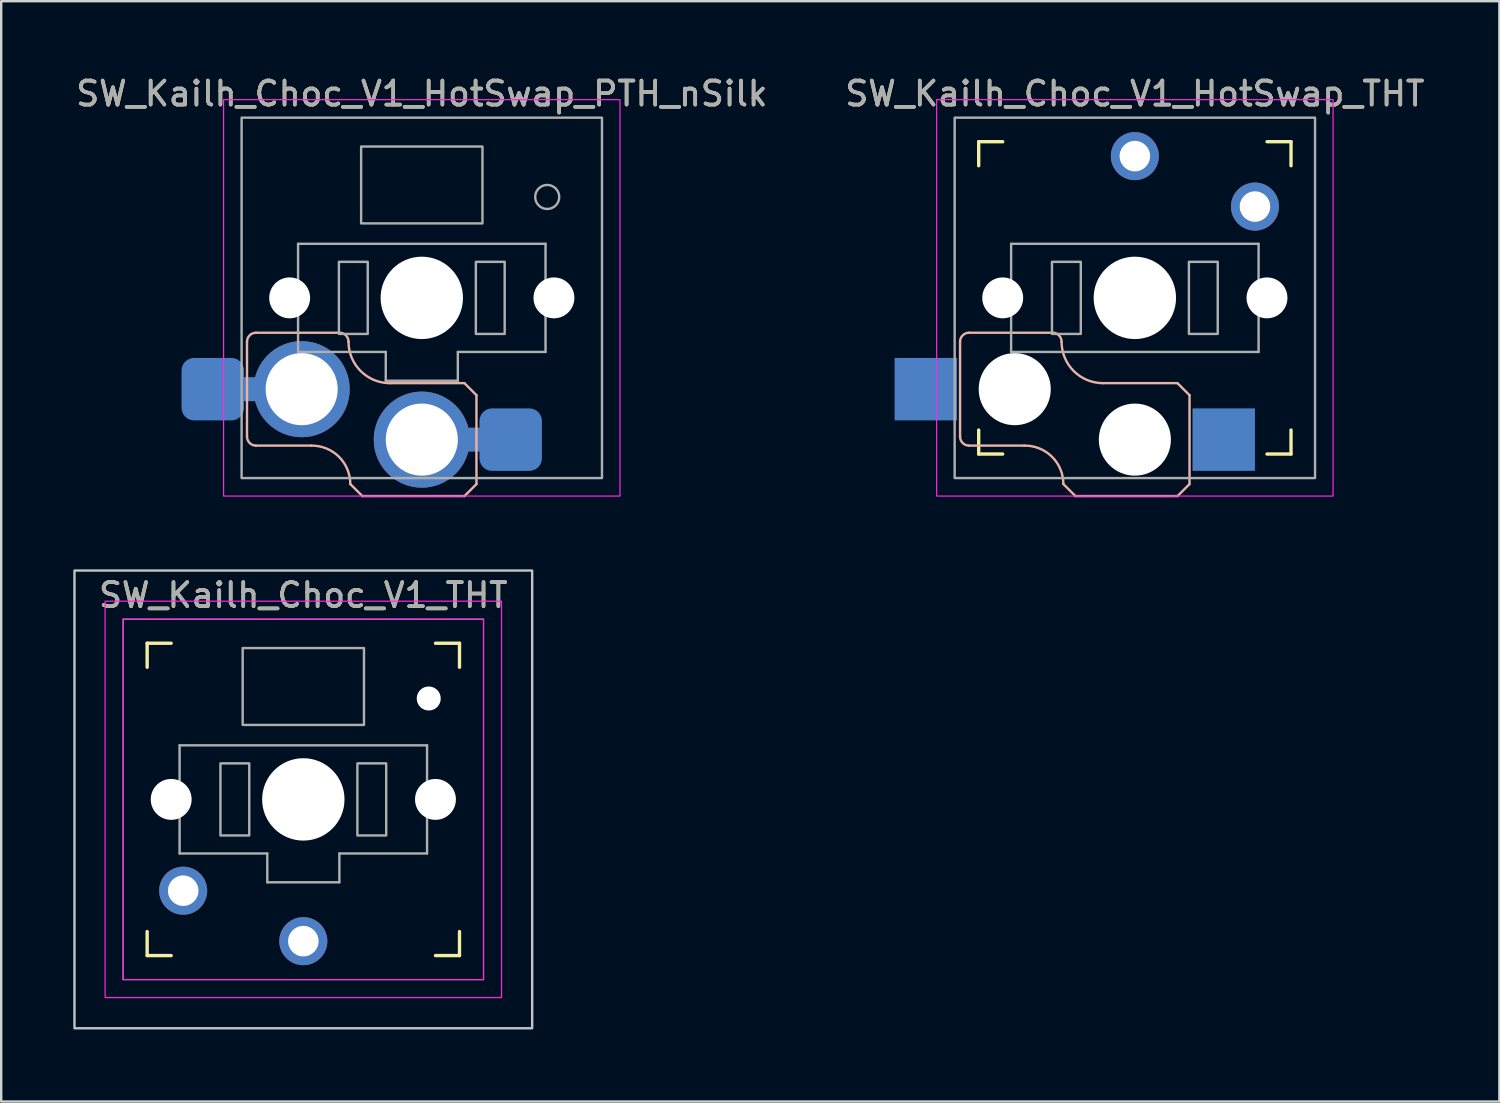
<source format=kicad_pcb>
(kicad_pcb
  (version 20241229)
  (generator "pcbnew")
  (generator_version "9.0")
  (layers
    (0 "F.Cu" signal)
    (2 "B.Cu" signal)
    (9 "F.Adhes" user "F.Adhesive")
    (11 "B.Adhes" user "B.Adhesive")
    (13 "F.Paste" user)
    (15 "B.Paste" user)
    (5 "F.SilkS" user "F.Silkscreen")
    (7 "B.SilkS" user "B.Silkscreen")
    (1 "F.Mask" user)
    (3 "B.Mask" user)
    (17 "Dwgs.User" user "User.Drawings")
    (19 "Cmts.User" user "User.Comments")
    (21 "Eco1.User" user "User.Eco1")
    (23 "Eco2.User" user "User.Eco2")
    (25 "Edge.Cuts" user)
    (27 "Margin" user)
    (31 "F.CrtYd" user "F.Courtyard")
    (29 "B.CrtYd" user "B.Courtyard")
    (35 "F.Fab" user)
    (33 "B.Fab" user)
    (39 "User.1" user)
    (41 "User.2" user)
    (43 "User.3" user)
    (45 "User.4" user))
  (footprint "SW_Kailh_Choc_V1_HotSwap_THT"
    (layer "F.Cu")
    (at 44.185 9.348)
    (property "Reference" "SW_Kailh_Choc_V1_HotSwap_THT" (at 0 -8.5 0) (unlocked yes) (layer "F.SilkS") (effects (font (size 1 1) (thickness 0.15))))
    (attr through_hole)
    (fp_line (start -6.5 -5.5) (end -6.5 -6.5) (stroke (width 0.14) (type solid)) (layer "F.SilkS"))
    (fp_line (start -6.5 6.5) (end -6.5 5.5) (stroke (width 0.14) (type solid)) (layer "F.SilkS"))
    (fp_line (start -6.5 6.5) (end -5.5 6.5) (stroke (width 0.14) (type solid)) (layer "F.SilkS"))
    (fp_line (start -5.5 -6.5) (end -6.5 -6.5) (stroke (width 0.14) (type solid)) (layer "F.SilkS"))
    (fp_line (start 5.5 6.5) (end 6.5 6.5) (stroke (width 0.14) (type solid)) (layer "F.SilkS"))
    (fp_line (start 6.5 -6.5) (end 5.5 -6.5) (stroke (width 0.14) (type solid)) (layer "F.SilkS"))
    (fp_line (start 6.5 -6.5) (end 6.5 -5.5) (stroke (width 0.14) (type solid)) (layer "F.SilkS"))
    (fp_line (start 6.5 5.5) (end 6.5 6.5) (stroke (width 0.14) (type solid)) (layer "F.SilkS"))
    (fp_line (start -7.275 5.775) (end -7.275 1.825) (stroke (width 0.1) (type default)) (layer "B.SilkS"))
    (fp_line (start -6.9 1.45) (end -3.425 1.45) (stroke (width 0.1) (type default)) (layer "B.SilkS"))
    (fp_line (start -6.9 6.15) (end -4.6 6.15) (stroke (width 0.1) (type default)) (layer "B.SilkS"))
    (fp_line (start -2.475 8.25) (end -2.975 7.75) (stroke (width 0.1) (type default)) (layer "B.SilkS"))
    (fp_line (start -1.325 3.55) (end 1.775 3.55) (stroke (width 0.1) (type default)) (layer "B.SilkS"))
    (fp_line (start 1.775 8.25) (end -2.475 8.25) (stroke (width 0.1) (type default)) (layer "B.SilkS"))
    (fp_line (start 2.275 4.05) (end 1.775 3.55) (stroke (width 0.1) (type default)) (layer "B.SilkS"))
    (fp_line (start 2.275 4.05) (end 2.275 7.75) (stroke (width 0.1) (type default)) (layer "B.SilkS"))
    (fp_line (start 2.275 7.75) (end 1.775 8.25) (stroke (width 0.1) (type default)) (layer "B.SilkS"))
    (fp_arc (start -7.275 1.825) (mid -7.165165 1.559835) (end -6.9 1.45) (stroke (width 0.1) (type default)) (layer "B.SilkS"))
    (fp_arc (start -6.9 6.15) (mid -7.165165 6.040165) (end -7.275 5.775) (stroke (width 0.1) (type default)) (layer "B.SilkS"))
    (fp_arc (start -4.600195 6.15) (mid -3.45256 6.609686) (end -2.975 7.75) (stroke (width 0.1) (type default)) (layer "B.SilkS"))
    (fp_arc (start -3.425 1.45) (mid -3.159835 1.559835) (end -3.05 1.825) (stroke (width 0.1) (type default)) (layer "B.SilkS"))
    (fp_arc (start -1.325 3.55) (mid -2.544759 3.044759) (end -3.05 1.825) (stroke (width 0.1) (type default)) (layer "B.SilkS"))
    (fp_rect (start -8.25 -8.25) (end 8.25 8.25) (stroke (width 0.05) (type solid)) (fill no) (layer "F.CrtYd"))
    (fp_line (start -5.15 -2.25) (end -5.15 2.25) (stroke (width 0.1) (type default)) (layer "F.Fab"))
    (fp_line (start -5.15 -2.25) (end 5.15 -2.25) (stroke (width 0.1) (type default)) (layer "F.Fab"))
    (fp_line (start 5.15 -2.25) (end 5.15 2.25) (stroke (width 0.1) (type default)) (layer "F.Fab"))
    (fp_line (start 5.15 2.25) (end -5.15 2.25) (stroke (width 0.1) (type default)) (layer "F.Fab"))
    (fp_rect (start -7.5 -7.5) (end 7.5 7.5) (stroke (width 0.1) (type solid)) (fill no) (layer "F.Fab"))
    (fp_rect (start -2.25 -1.5) (end -3.45 1.5) (stroke (width 0.1) (type default)) (fill no) (layer "F.Fab"))
    (fp_rect (start 3.45 -1.5) (end 2.25 1.5) (stroke (width 0.1) (type default)) (fill no) (layer "F.Fab"))
    (fp_text user "${REFERENCE}" (at 0 -8.5 0) (unlocked yes) (layer "F.Fab") (effects (font (size 1 1) (thickness 0.15))))
    (pad "" np_thru_hole circle (at -5.5 0) (size 1.702 1.702) (drill 1.702) (layers "*.Cu" "*.Mask"))
    (pad "" np_thru_hole circle (at -5 3.8) (size 3 3) (drill 3) (layers "*.Cu" "*.Mask"))
    (pad "" np_thru_hole circle (at 0 0) (size 3.429 3.429) (drill 3.429) (layers "*.Cu" "*.Mask"))
    (pad "" np_thru_hole circle (at 0 5.9) (size 3 3) (drill 3) (layers "*.Cu" "*.Mask"))
    (pad "" np_thru_hole circle (at 5.5 0) (size 1.702 1.702) (drill 1.702) (layers "*.Cu" "*.Mask"))
    (pad "1" thru_hole circle (at 0 -5.9 180) (size 2 2) (drill 1.27) (layers "*.Cu" "B.Mask"))
    (pad "1" smd rect (at 3.7 5.9) (size 2.6 2.6) (layers "B.Cu" "B.Mask" "B.Paste"))
    (pad "2" smd rect (at -8.7 3.8) (size 2.6 2.6) (layers "B.Cu" "B.Mask" "B.Paste"))
    (pad "2" thru_hole circle (at 5 -3.8 180) (size 2 2) (drill 1.27) (layers "*.Cu" "B.Mask")))
  (footprint "SW_Kailh_Choc_V1_HotSwap_PTH_nSilk"
    (layer "F.Cu")
    (at 14.506 9.348)
    (property "Reference" "SW_Kailh_Choc_V1_HotSwap_PTH_nSilk" (at 0 -8.5 0) (unlocked yes) (layer "F.SilkS") (effects (font (size 1 1) (thickness 0.15))))
    (attr through_hole)
    (fp_line (start -7.275 5.775) (end -7.275 1.825) (stroke (width 0.1) (type default)) (layer "B.SilkS"))
    (fp_line (start -6.9 1.45) (end -3.425 1.45) (stroke (width 0.1) (type default)) (layer "B.SilkS"))
    (fp_line (start -6.9 6.15) (end -4.6 6.15) (stroke (width 0.1) (type default)) (layer "B.SilkS"))
    (fp_line (start -2.475 8.25) (end -2.975 7.75) (stroke (width 0.1) (type default)) (layer "B.SilkS"))
    (fp_line (start -1.325 3.55) (end 1.775 3.55) (stroke (width 0.1) (type default)) (layer "B.SilkS"))
    (fp_line (start 1.775 8.25) (end -2.475 8.25) (stroke (width 0.1) (type default)) (layer "B.SilkS"))
    (fp_line (start 2.275 4.05) (end 1.775 3.55) (stroke (width 0.1) (type default)) (layer "B.SilkS"))
    (fp_line (start 2.275 4.05) (end 2.275 7.75) (stroke (width 0.1) (type default)) (layer "B.SilkS"))
    (fp_line (start 2.275 7.75) (end 1.775 8.25) (stroke (width 0.1) (type default)) (layer "B.SilkS"))
    (fp_arc (start -7.275 1.825) (mid -7.165165 1.559835) (end -6.9 1.45) (stroke (width 0.1) (type default)) (layer "B.SilkS"))
    (fp_arc (start -6.9 6.15) (mid -7.165165 6.040165) (end -7.275 5.775) (stroke (width 0.1) (type default)) (layer "B.SilkS"))
    (fp_arc (start -4.600195 6.15) (mid -3.45256 6.609686) (end -2.975 7.75) (stroke (width 0.1) (type default)) (layer "B.SilkS"))
    (fp_arc (start -3.425 1.45) (mid -3.159835 1.559835) (end -3.05 1.825) (stroke (width 0.1) (type default)) (layer "B.SilkS"))
    (fp_arc (start -1.325 3.55) (mid -2.544759 3.044759) (end -3.05 1.825) (stroke (width 0.1) (type default)) (layer "B.SilkS"))
    (fp_rect (start -8.25 -8.25) (end 8.25 8.25) (stroke (width 0.05) (type solid)) (fill no) (layer "F.CrtYd"))
    (fp_line (start -5.15 -2.25) (end -5.15 2.25) (stroke (width 0.1) (type default)) (layer "F.Fab"))
    (fp_line (start -5.15 -2.25) (end 5.15 -2.25) (stroke (width 0.1) (type default)) (layer "F.Fab"))
    (fp_line (start -5.15 2.25) (end -1.5 2.25) (stroke (width 0.1) (type default)) (layer "F.Fab"))
    (fp_line (start -1.5 3.45) (end -1.5 2.25) (stroke (width 0.1) (type default)) (layer "F.Fab"))
    (fp_line (start 1.5 2.25) (end 1.5 3.45) (stroke (width 0.1) (type default)) (layer "F.Fab"))
    (fp_line (start 1.5 3.45) (end -1.5 3.45) (stroke (width 0.1) (type default)) (layer "F.Fab"))
    (fp_line (start 5.15 -2.25) (end 5.15 2.25) (stroke (width 0.1) (type default)) (layer "F.Fab"))
    (fp_line (start 5.15 2.25) (end 1.5 2.25) (stroke (width 0.1) (type default)) (layer "F.Fab"))
    (fp_rect (start -7.5 -7.5) (end 7.5 7.5) (stroke (width 0.1) (type solid)) (fill no) (layer "F.Fab"))
    (fp_rect (start -2.525 -6.3) (end 2.525 -3.1) (stroke (width 0.1) (type default)) (fill no) (layer "F.Fab"))
    (fp_rect (start -2.25 -1.5) (end -3.45 1.5) (stroke (width 0.1) (type default)) (fill no) (layer "F.Fab"))
    (fp_rect (start 3.45 -1.5) (end 2.25 1.5) (stroke (width 0.1) (type default)) (fill no) (layer "F.Fab"))
    (fp_circle (center 5.22 -4.2) (end 5.72 -4.2) (stroke (width 0.1) (type default)) (fill no) (layer "F.Fab"))
    (fp_text user "${REFERENCE}" (at 0 -8.5 0) (unlocked yes) (layer "F.Fab") (effects (font (size 1 1) (thickness 0.15))))
    (pad "" np_thru_hole circle (at -5.5 0) (size 1.702 1.702) (drill 1.702) (layers "*.Cu" "*.Mask"))
    (pad "" np_thru_hole circle (at 0 0) (size 3.429 3.429) (drill 3.429) (layers "*.Cu" "*.Mask"))
    (pad "" np_thru_hole circle (at 5.5 0) (size 1.702 1.702) (drill 1.702) (layers "*.Cu" "*.Mask"))
    (pad "1" thru_hole circle (at 0 5.9) (size 4 4) (drill 3) (layers "*.Cu" "B.Mask"))
    (pad "1" smd rect (at 2 5.9) (size 3.9 1) (layers "B.Cu"))
    (pad "1" smd roundrect (at 3.7 5.9) (size 2.6 2.6) (layers "B.Cu" "B.Mask" "B.Paste") (roundrect_rratio 0.2))
    (pad "2" smd roundrect (at -8.7 3.8) (size 2.6 2.6) (layers "B.Cu" "B.Mask" "B.Paste") (roundrect_rratio 0.2))
    (pad "2" smd rect (at -7 3.8) (size 3.9 1) (layers "B.Cu"))
    (pad "2" thru_hole circle (at -5 3.8) (size 4 4) (drill 3) (layers "*.Cu" "B.Mask")))
  (footprint "SW_Kailh_Choc_V1_THT"
    (layer "F.Cu")
    (at 9.575 30.223)
    (property "Reference" "SW_Kailh_Choc_V1_THT" (at 0 -8.5 0) (unlocked yes) (layer "F.SilkS") (effects (font (size 1 1) (thickness 0.15))))
    (attr through_hole)
    (fp_line (start -6.5 -5.5) (end -6.5 -6.5) (stroke (width 0.14) (type solid)) (layer "F.SilkS"))
    (fp_line (start -6.5 6.5) (end -6.5 5.5) (stroke (width 0.14) (type solid)) (layer "F.SilkS"))
    (fp_line (start -6.5 6.5) (end -5.5 6.5) (stroke (width 0.14) (type solid)) (layer "F.SilkS"))
    (fp_line (start -5.5 -6.5) (end -6.5 -6.5) (stroke (width 0.14) (type solid)) (layer "F.SilkS"))
    (fp_line (start 5.5 6.5) (end 6.5 6.5) (stroke (width 0.14) (type solid)) (layer "F.SilkS"))
    (fp_line (start 6.5 -6.5) (end 5.5 -6.5) (stroke (width 0.14) (type solid)) (layer "F.SilkS"))
    (fp_line (start 6.5 -6.5) (end 6.5 -5.5) (stroke (width 0.14) (type solid)) (layer "F.SilkS"))
    (fp_line (start 6.5 5.5) (end 6.5 6.5) (stroke (width 0.14) (type solid)) (layer "F.SilkS"))
    (fp_rect (start 9.525 9.525) (end -9.525 -9.525) (stroke (width 0.1) (type solid)) (fill no) (layer "Dwgs.User"))
    (fp_rect (start -8.25 -8.25) (end 8.25 8.25) (stroke (width 0.05) (type solid)) (fill no) (layer "F.CrtYd"))
    (fp_rect (start -7.5 -7.5) (end 7.5 7.5) (stroke (width 0.05) (type solid)) (fill no) (layer "F.CrtYd"))
    (fp_line (start -7.5 -7.5) (end 7.5 -7.5) (stroke (width 0.05) (type solid)) (layer "F.Fab"))
    (fp_line (start -7.5 7.5) (end -7.5 -7.5) (stroke (width 0.05) (type solid)) (layer "F.Fab"))
    (fp_line (start -5.15 -2.25) (end -5.15 2.25) (stroke (width 0.1) (type default)) (layer "F.Fab"))
    (fp_line (start -5.15 -2.25) (end 5.15 -2.25) (stroke (width 0.1) (type default)) (layer "F.Fab"))
    (fp_line (start -5.15 2.25) (end -1.5 2.25) (stroke (width 0.1) (type default)) (layer "F.Fab"))
    (fp_line (start -1.5 3.45) (end -1.5 2.25) (stroke (width 0.1) (type default)) (layer "F.Fab"))
    (fp_line (start 1.5 2.25) (end 1.5 3.45) (stroke (width 0.1) (type default)) (layer "F.Fab"))
    (fp_line (start 1.5 3.45) (end -1.5 3.45) (stroke (width 0.1) (type default)) (layer "F.Fab"))
    (fp_line (start 5.15 -2.25) (end 5.15 2.25) (stroke (width 0.1) (type default)) (layer "F.Fab"))
    (fp_line (start 5.15 2.25) (end 1.5 2.25) (stroke (width 0.1) (type default)) (layer "F.Fab"))
    (fp_line (start 7.5 -7.5) (end 7.5 7.5) (stroke (width 0.05) (type solid)) (layer "F.Fab"))
    (fp_line (start 7.5 7.5) (end -7.5 7.5) (stroke (width 0.05) (type solid)) (layer "F.Fab"))
    (fp_rect (start -2.525 -6.3) (end 2.525 -3.1) (stroke (width 0.1) (type default)) (fill no) (layer "F.Fab"))
    (fp_rect (start -2.25 -1.5) (end -3.45 1.5) (stroke (width 0.1) (type default)) (fill no) (layer "F.Fab"))
    (fp_rect (start 3.45 -1.5) (end 2.25 1.5) (stroke (width 0.1) (type default)) (fill no) (layer "F.Fab"))
    (fp_text user "${REFERENCE}" (at 0 -8.5 0) (unlocked yes) (layer "F.Fab") (effects (font (size 1 1) (thickness 0.15))))
    (pad "" np_thru_hole circle (at -5.5 0) (size 1.702 1.702) (drill 1.702) (layers "*.Cu" "*.Mask"))
    (pad "" np_thru_hole circle (at 0 0) (size 3.429 3.429) (drill 3.429) (layers "*.Cu" "*.Mask"))
    (pad "" np_thru_hole circle (at 5.22 -4.2) (size 1 1) (drill 1) (layers "*.Cu" "*.Mask"))
    (pad "" np_thru_hole circle (at 5.5 0) (size 1.702 1.702) (drill 1.702) (layers "*.Cu" "*.Mask"))
    (pad "1" thru_hole circle (at 0 5.9) (size 2 2) (drill 1.27) (layers "*.Cu" "B.Mask"))
    (pad "2" thru_hole circle (at -5 3.8) (size 2 2) (drill 1.27) (layers "*.Cu" "B.Mask")))
  (gr_rect
    (start -3 -3)
    (end 59.357 42.798)
    (stroke (width 0.1) (type default))
    (fill no)
    (layer "Edge.Cuts")))
</source>
